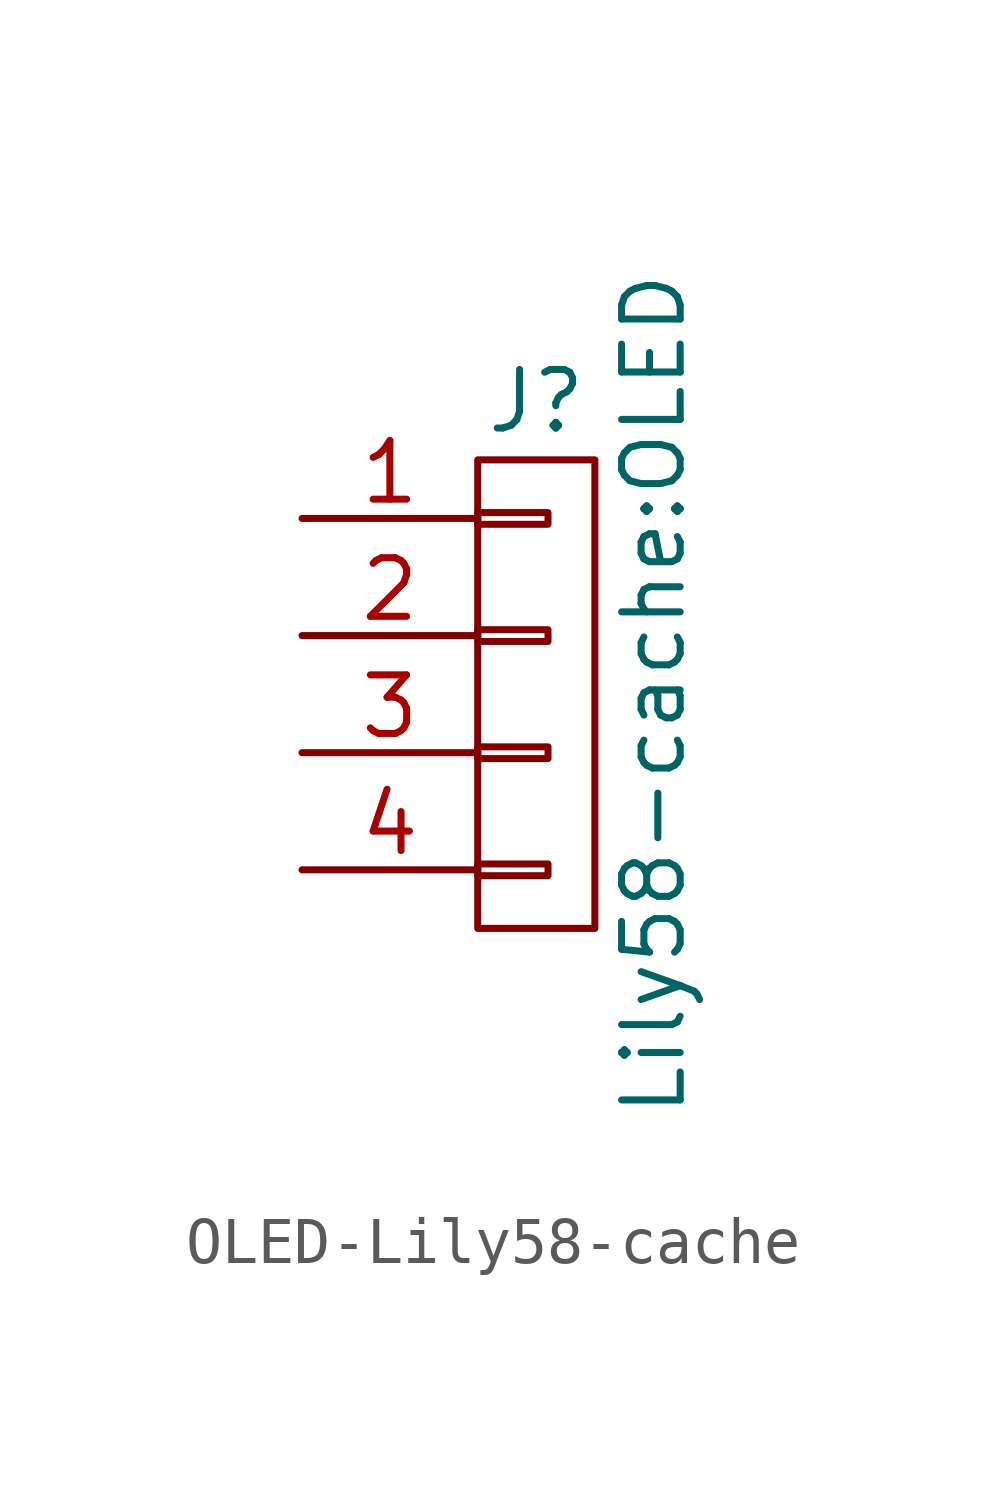
<source format=kicad_sym>
(kicad_symbol_lib
  (version 20231120)
  (generator "kicad_symbol_editor")
  (generator_version "8.0")
  (symbol "OLED-Lily58-cache"
    (pin_names
      (offset 1.016) hide)
    (property "Reference" "J"
      (at 0 6.35 0)
      (effects (font (size 1.27 1.27))))
    (property "Value" "Lily58-cache:OLED"
      (at 2.54 0 90)
      (effects (font (size 1.27 1.27))))
    (property "Footprint" ""
      (at 0 0 0)
      (effects (font (size 1.27 1.27))))
    (property "Datasheet" ""
      (at 0 0 0)
      (effects (font (size 1.27 1.27))))
    (symbol "OLED-Lily58-cache_0_1"
      (rectangle (start -1.27 -3.683) (end 0.254 -3.937) (stroke (width 0) (type solid)) (fill (type none)))
      (rectangle (start -1.27 -1.143) (end 0.254 -1.397) (stroke (width 0) (type solid)) (fill (type none)))
      (rectangle (start -1.27 1.397) (end 0.254 1.143) (stroke (width 0) (type solid)) (fill (type none)))
      (rectangle (start -1.27 3.937) (end 0.254 3.683) (stroke (width 0) (type solid)) (fill (type none)))
      (rectangle (start -1.27 5.08) (end 1.27 -5.08) (stroke (width 0) (type solid)) (fill (type none))))
    (symbol "OLED-Lily58-cache_1_1"
      (pin passive line (at -5.08 3.81 0) (length 3.81) (name "P1" (effects (font (size 1.27 1.27)))) (number "1" (effects (font (size 1.27 1.27)))))
      (pin passive line (at -5.08 1.27 0) (length 3.81) (name "P2" (effects (font (size 1.27 1.27)))) (number "2" (effects (font (size 1.27 1.27)))))
      (pin passive line (at -5.08 -1.27 0) (length 3.81) (name "P3" (effects (font (size 1.27 1.27)))) (number "3" (effects (font (size 1.27 1.27)))))
      (pin passive line (at -5.08 -3.81 0) (length 3.81) (name "P4" (effects (font (size 1.27 1.27)))) (number "4" (effects (font (size 1.27 1.27))))))))
</source>
